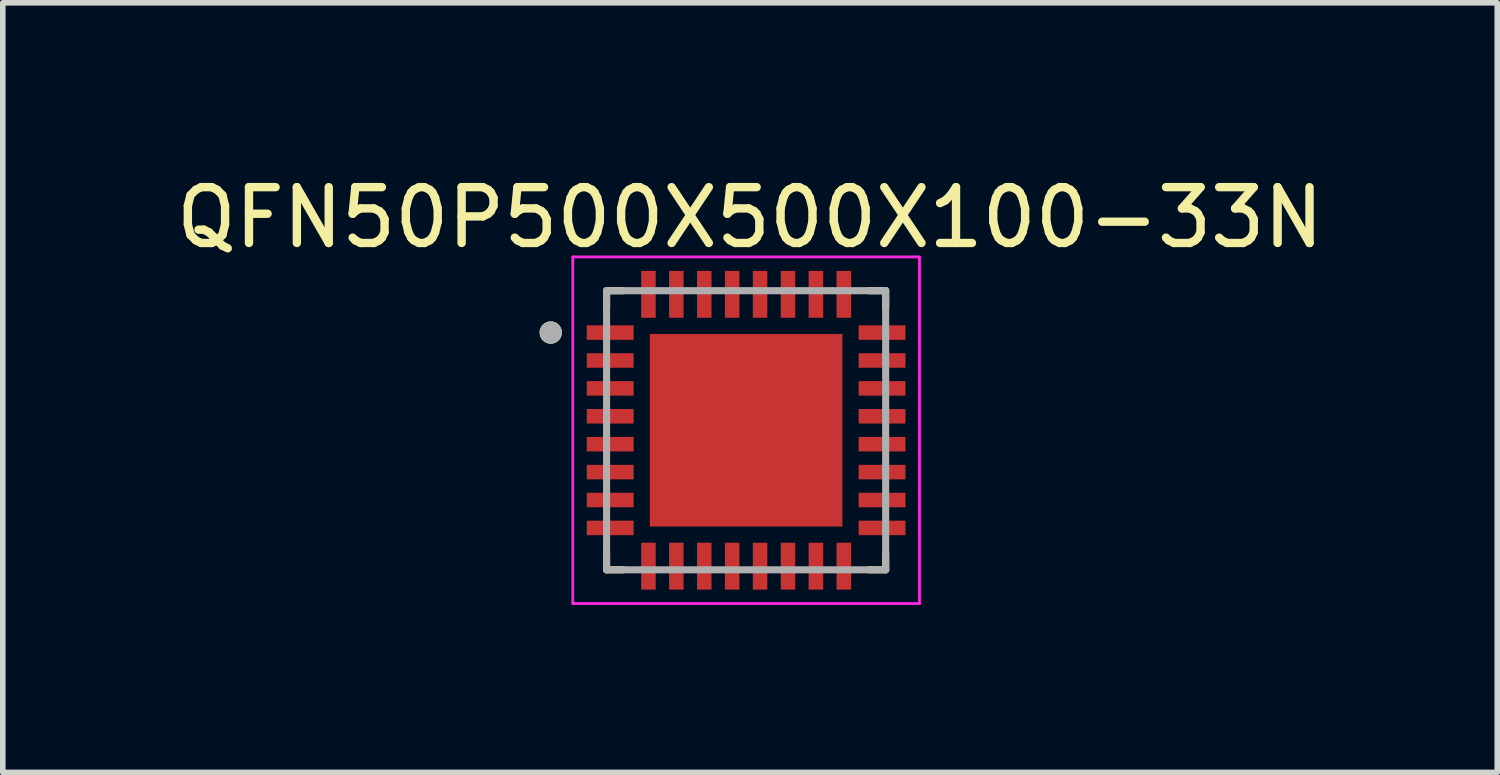
<source format=kicad_pcb>
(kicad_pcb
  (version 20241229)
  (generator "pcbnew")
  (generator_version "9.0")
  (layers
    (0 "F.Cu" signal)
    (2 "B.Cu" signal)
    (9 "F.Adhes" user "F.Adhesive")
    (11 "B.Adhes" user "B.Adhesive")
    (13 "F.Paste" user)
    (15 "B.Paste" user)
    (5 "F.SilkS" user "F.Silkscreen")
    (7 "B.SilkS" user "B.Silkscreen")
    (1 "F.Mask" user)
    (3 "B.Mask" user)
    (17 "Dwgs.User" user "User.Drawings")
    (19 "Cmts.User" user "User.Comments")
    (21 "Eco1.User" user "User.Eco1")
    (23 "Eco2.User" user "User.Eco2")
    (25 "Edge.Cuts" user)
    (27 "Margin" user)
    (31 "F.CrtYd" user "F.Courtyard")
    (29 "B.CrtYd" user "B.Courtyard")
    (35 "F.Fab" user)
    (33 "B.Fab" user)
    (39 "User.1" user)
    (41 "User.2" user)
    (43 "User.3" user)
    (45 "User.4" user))
  (footprint "QFN50P500X500X100-33N"
    (layer "F.Cu")
    (at 10.317 4.658)
    (property "Reference" "QFN50P500X500X100-33N" (at 0.07 -3.81 0) (layer "F.SilkS") (effects (font (size 1 1) (thickness 0.15))))
    (attr smd)
    (fp_poly (pts (xy -2.905 -1.93) (xy -1.965 -1.93) (xy -1.965 -1.57) (xy -2.905 -1.57)) (stroke (width 0.01) (type solid)) (fill yes) (layer "F.Mask"))
    (fp_poly (pts (xy -2.905 -1.43) (xy -1.965 -1.43) (xy -1.965 -1.07) (xy -2.905 -1.07)) (stroke (width 0.01) (type solid)) (fill yes) (layer "F.Mask"))
    (fp_poly (pts (xy -2.905 -0.93) (xy -1.965 -0.93) (xy -1.965 -0.57) (xy -2.905 -0.57)) (stroke (width 0.01) (type solid)) (fill yes) (layer "F.Mask"))
    (fp_poly (pts (xy -2.905 -0.43) (xy -1.965 -0.43) (xy -1.965 -0.07) (xy -2.905 -0.07)) (stroke (width 0.01) (type solid)) (fill yes) (layer "F.Mask"))
    (fp_poly (pts (xy -2.905 0.07) (xy -1.965 0.07) (xy -1.965 0.43) (xy -2.905 0.43)) (stroke (width 0.01) (type solid)) (fill yes) (layer "F.Mask"))
    (fp_poly (pts (xy -2.905 0.57) (xy -1.965 0.57) (xy -1.965 0.93) (xy -2.905 0.93)) (stroke (width 0.01) (type solid)) (fill yes) (layer "F.Mask"))
    (fp_poly (pts (xy -2.905 1.07) (xy -1.965 1.07) (xy -1.965 1.43) (xy -2.905 1.43)) (stroke (width 0.01) (type solid)) (fill yes) (layer "F.Mask"))
    (fp_poly (pts (xy -2.905 1.57) (xy -1.965 1.57) (xy -1.965 1.93) (xy -2.905 1.93)) (stroke (width 0.01) (type solid)) (fill yes) (layer "F.Mask"))
    (fp_poly (pts (xy -1.93 -2.905) (xy -1.57 -2.905) (xy -1.57 -1.965) (xy -1.93 -1.965)) (stroke (width 0.01) (type solid)) (fill yes) (layer "F.Mask"))
    (fp_poly (pts (xy -1.93 1.965) (xy -1.57 1.965) (xy -1.57 2.905) (xy -1.93 2.905)) (stroke (width 0.01) (type solid)) (fill yes) (layer "F.Mask"))
    (fp_poly (pts (xy -1.43 -2.905) (xy -1.07 -2.905) (xy -1.07 -1.965) (xy -1.43 -1.965)) (stroke (width 0.01) (type solid)) (fill yes) (layer "F.Mask"))
    (fp_poly (pts (xy -1.43 1.965) (xy -1.07 1.965) (xy -1.07 2.905) (xy -1.43 2.905)) (stroke (width 0.01) (type solid)) (fill yes) (layer "F.Mask"))
    (fp_poly (pts (xy -0.93 -2.905) (xy -0.57 -2.905) (xy -0.57 -1.965) (xy -0.93 -1.965)) (stroke (width 0.01) (type solid)) (fill yes) (layer "F.Mask"))
    (fp_poly (pts (xy -0.93 1.965) (xy -0.57 1.965) (xy -0.57 2.905) (xy -0.93 2.905)) (stroke (width 0.01) (type solid)) (fill yes) (layer "F.Mask"))
    (fp_poly (pts (xy -0.43 -2.905) (xy -0.07 -2.905) (xy -0.07 -1.965) (xy -0.43 -1.965)) (stroke (width 0.01) (type solid)) (fill yes) (layer "F.Mask"))
    (fp_poly (pts (xy -0.43 1.965) (xy -0.07 1.965) (xy -0.07 2.905) (xy -0.43 2.905)) (stroke (width 0.01) (type solid)) (fill yes) (layer "F.Mask"))
    (fp_poly (pts (xy -0.18 -2.905) (xy 0.18 -2.905) (xy 0.18 -1.965) (xy -0.18 -1.965)) (stroke (width 0.01) (type solid)) (fill yes) (layer "F.Mask"))
    (fp_poly (pts (xy 0.07 -2.905) (xy 0.43 -2.905) (xy 0.43 -1.965) (xy 0.07 -1.965)) (stroke (width 0.01) (type solid)) (fill yes) (layer "F.Mask"))
    (fp_poly (pts (xy 0.07 1.965) (xy 0.43 1.965) (xy 0.43 2.905) (xy 0.07 2.905)) (stroke (width 0.01) (type solid)) (fill yes) (layer "F.Mask"))
    (fp_poly (pts (xy 0.57 -2.905) (xy 0.93 -2.905) (xy 0.93 -1.965) (xy 0.57 -1.965)) (stroke (width 0.01) (type solid)) (fill yes) (layer "F.Mask"))
    (fp_poly (pts (xy 0.57 1.965) (xy 0.93 1.965) (xy 0.93 2.905) (xy 0.57 2.905)) (stroke (width 0.01) (type solid)) (fill yes) (layer "F.Mask"))
    (fp_poly (pts (xy 1.07 -2.905) (xy 1.43 -2.905) (xy 1.43 -1.965) (xy 1.07 -1.965)) (stroke (width 0.01) (type solid)) (fill yes) (layer "F.Mask"))
    (fp_poly (pts (xy 1.07 1.965) (xy 1.43 1.965) (xy 1.43 2.905) (xy 1.07 2.905)) (stroke (width 0.01) (type solid)) (fill yes) (layer "F.Mask"))
    (fp_poly (pts (xy 1.57 -2.905) (xy 1.93 -2.905) (xy 1.93 -1.965) (xy 1.57 -1.965)) (stroke (width 0.01) (type solid)) (fill yes) (layer "F.Mask"))
    (fp_poly (pts (xy 1.57 1.965) (xy 1.93 1.965) (xy 1.93 2.905) (xy 1.57 2.905)) (stroke (width 0.01) (type solid)) (fill yes) (layer "F.Mask"))
    (fp_poly (pts (xy 1.965 -1.93) (xy 2.905 -1.93) (xy 2.905 -1.57) (xy 1.965 -1.57)) (stroke (width 0.01) (type solid)) (fill yes) (layer "F.Mask"))
    (fp_poly (pts (xy 1.965 -1.43) (xy 2.905 -1.43) (xy 2.905 -1.07) (xy 1.965 -1.07)) (stroke (width 0.01) (type solid)) (fill yes) (layer "F.Mask"))
    (fp_poly (pts (xy 1.965 -0.93) (xy 2.905 -0.93) (xy 2.905 -0.57) (xy 1.965 -0.57)) (stroke (width 0.01) (type solid)) (fill yes) (layer "F.Mask"))
    (fp_poly (pts (xy 1.965 -0.43) (xy 2.905 -0.43) (xy 2.905 -0.07) (xy 1.965 -0.07)) (stroke (width 0.01) (type solid)) (fill yes) (layer "F.Mask"))
    (fp_poly (pts (xy 1.965 0.07) (xy 2.905 0.07) (xy 2.905 0.43) (xy 1.965 0.43)) (stroke (width 0.01) (type solid)) (fill yes) (layer "F.Mask"))
    (fp_poly (pts (xy 1.965 0.57) (xy 2.905 0.57) (xy 2.905 0.93) (xy 1.965 0.93)) (stroke (width 0.01) (type solid)) (fill yes) (layer "F.Mask"))
    (fp_poly (pts (xy 1.965 1.07) (xy 2.905 1.07) (xy 2.905 1.43) (xy 1.965 1.43)) (stroke (width 0.01) (type solid)) (fill yes) (layer "F.Mask"))
    (fp_poly (pts (xy 1.965 1.57) (xy 2.905 1.57) (xy 2.905 1.93) (xy 1.965 1.93)) (stroke (width 0.01) (type solid)) (fill yes) (layer "F.Mask"))
    (fp_line (start -2.5 -2.5) (end -2.5 -2.2) (stroke (width 0.127) (type solid)) (layer "F.SilkS"))
    (fp_line (start -2.5 -2.5) (end -2.2 -2.5) (stroke (width 0.127) (type solid)) (layer "F.SilkS"))
    (fp_line (start -2.5 2.5) (end -2.5 2.2) (stroke (width 0.127) (type solid)) (layer "F.SilkS"))
    (fp_line (start -2.5 2.5) (end -2.2 2.5) (stroke (width 0.127) (type solid)) (layer "F.SilkS"))
    (fp_line (start 2.2 -2.5) (end 2.5 -2.5) (stroke (width 0.127) (type solid)) (layer "F.SilkS"))
    (fp_line (start 2.2 2.5) (end 2.5 2.5) (stroke (width 0.127) (type solid)) (layer "F.SilkS"))
    (fp_line (start 2.5 -2.5) (end 2.5 -2.2) (stroke (width 0.127) (type solid)) (layer "F.SilkS"))
    (fp_line (start 2.5 2.5) (end 2.5 2.2) (stroke (width 0.127) (type solid)) (layer "F.SilkS"))
    (fp_circle (center -3.5 -1.75) (end -3.4 -1.75) (stroke (width 0.2) (type solid)) (fill no) (layer "F.SilkS"))
    (fp_poly (pts (xy -1.091 -1.091) (xy 1.091 -1.091) (xy 1.091 1.091) (xy -1.091 1.091)) (stroke (width 0.01) (type solid)) (fill yes) (layer "F.Paste"))
    (fp_line (start -3.105 -3.105) (end 3.105 -3.105) (stroke (width 0.05) (type solid)) (layer "F.CrtYd"))
    (fp_line (start -3.105 3.105) (end -3.105 -3.105) (stroke (width 0.05) (type solid)) (layer "F.CrtYd"))
    (fp_line (start 3.105 -3.105) (end 3.105 3.105) (stroke (width 0.05) (type solid)) (layer "F.CrtYd"))
    (fp_line (start 3.105 3.105) (end -3.105 3.105) (stroke (width 0.05) (type solid)) (layer "F.CrtYd"))
    (fp_line (start -2.5 -2.5) (end -2.5 2.5) (stroke (width 0.127) (type solid)) (layer "F.Fab"))
    (fp_line (start -2.5 2.5) (end 2.5 2.5) (stroke (width 0.127) (type solid)) (layer "F.Fab"))
    (fp_line (start 2.5 -2.5) (end -2.5 -2.5) (stroke (width 0.127) (type solid)) (layer "F.Fab"))
    (fp_line (start 2.5 2.5) (end 2.5 -2.5) (stroke (width 0.127) (type solid)) (layer "F.Fab"))
    (fp_circle (center -3.5 -1.75) (end -3.4 -1.75) (stroke (width 0.2) (type solid)) (fill no) (layer "F.Fab"))
    (pad "1" smd rect (at -2.435 -1.75) (size 0.84 0.26) (layers "F.Cu" "F.Paste"))
    (pad "2" smd rect (at -2.435 -1.25) (size 0.84 0.26) (layers "F.Cu" "F.Paste"))
    (pad "3" smd rect (at -2.435 -0.75) (size 0.84 0.26) (layers "F.Cu" "F.Paste"))
    (pad "4" smd rect (at -2.435 -0.25) (size 0.84 0.26) (layers "F.Cu" "F.Paste"))
    (pad "5" smd rect (at -2.435 0.25) (size 0.84 0.26) (layers "F.Cu" "F.Paste"))
    (pad "6" smd rect (at -2.435 0.75) (size 0.84 0.26) (layers "F.Cu" "F.Paste"))
    (pad "7" smd rect (at -2.435 1.25) (size 0.84 0.26) (layers "F.Cu" "F.Paste"))
    (pad "8" smd rect (at -2.435 1.75) (size 0.84 0.26) (layers "F.Cu" "F.Paste"))
    (pad "9" smd rect (at -1.75 2.435) (size 0.26 0.84) (layers "F.Cu" "F.Paste"))
    (pad "10" smd rect (at -1.25 2.435) (size 0.26 0.84) (layers "F.Cu" "F.Paste"))
    (pad "11" smd rect (at -0.75 2.435) (size 0.26 0.84) (layers "F.Cu" "F.Paste"))
    (pad "12" smd rect (at -0.25 2.435) (size 0.26 0.84) (layers "F.Cu" "F.Paste"))
    (pad "13" smd rect (at 0.25 2.435) (size 0.26 0.84) (layers "F.Cu" "F.Paste"))
    (pad "14" smd rect (at 0.75 2.435) (size 0.26 0.84) (layers "F.Cu" "F.Paste"))
    (pad "15" smd rect (at 1.25 2.435) (size 0.26 0.84) (layers "F.Cu" "F.Paste"))
    (pad "16" smd rect (at 1.75 2.435) (size 0.26 0.84) (layers "F.Cu" "F.Paste"))
    (pad "17" smd rect (at 2.435 1.75) (size 0.84 0.26) (layers "F.Cu" "F.Paste"))
    (pad "18" smd rect (at 2.435 1.25) (size 0.84 0.26) (layers "F.Cu" "F.Paste"))
    (pad "19" smd rect (at 2.435 0.75) (size 0.84 0.26) (layers "F.Cu" "F.Paste"))
    (pad "20" smd rect (at 2.435 0.25) (size 0.84 0.26) (layers "F.Cu" "F.Paste"))
    (pad "21" smd rect (at 2.435 -0.25) (size 0.84 0.26) (layers "F.Cu" "F.Paste"))
    (pad "22" smd rect (at 2.435 -0.75) (size 0.84 0.26) (layers "F.Cu" "F.Paste"))
    (pad "23" smd rect (at 2.435 -1.25) (size 0.84 0.26) (layers "F.Cu" "F.Paste"))
    (pad "24" smd rect (at 2.435 -1.75) (size 0.84 0.26) (layers "F.Cu" "F.Paste"))
    (pad "25" smd rect (at 1.75 -2.435) (size 0.26 0.84) (layers "F.Cu" "F.Paste"))
    (pad "26" smd rect (at 1.25 -2.435) (size 0.26 0.84) (layers "F.Cu" "F.Paste"))
    (pad "27" smd rect (at 0.75 -2.435) (size 0.26 0.84) (layers "F.Cu" "F.Paste"))
    (pad "28" smd rect (at 0.25 -2.435) (size 0.26 0.84) (layers "F.Cu" "F.Paste"))
    (pad "29" smd rect (at -0.25 -2.435) (size 0.26 0.84) (layers "F.Cu" "F.Paste"))
    (pad "30" smd rect (at -0.75 -2.435) (size 0.26 0.84) (layers "F.Cu" "F.Paste"))
    (pad "31" smd rect (at -1.25 -2.435) (size 0.26 0.84) (layers "F.Cu" "F.Paste"))
    (pad "32" smd rect (at -1.75 -2.435) (size 0.26 0.84) (layers "F.Cu" "F.Paste"))
    (pad "33" smd rect (at 0 0) (size 3.45 3.45) (layers "F.Cu" "F.Mask")))
  (gr_rect
    (start -3 -3)
    (end 23.774 10.788)
    (stroke (width 0.1) (type default))
    (fill no)
    (layer "Edge.Cuts")))
</source>
